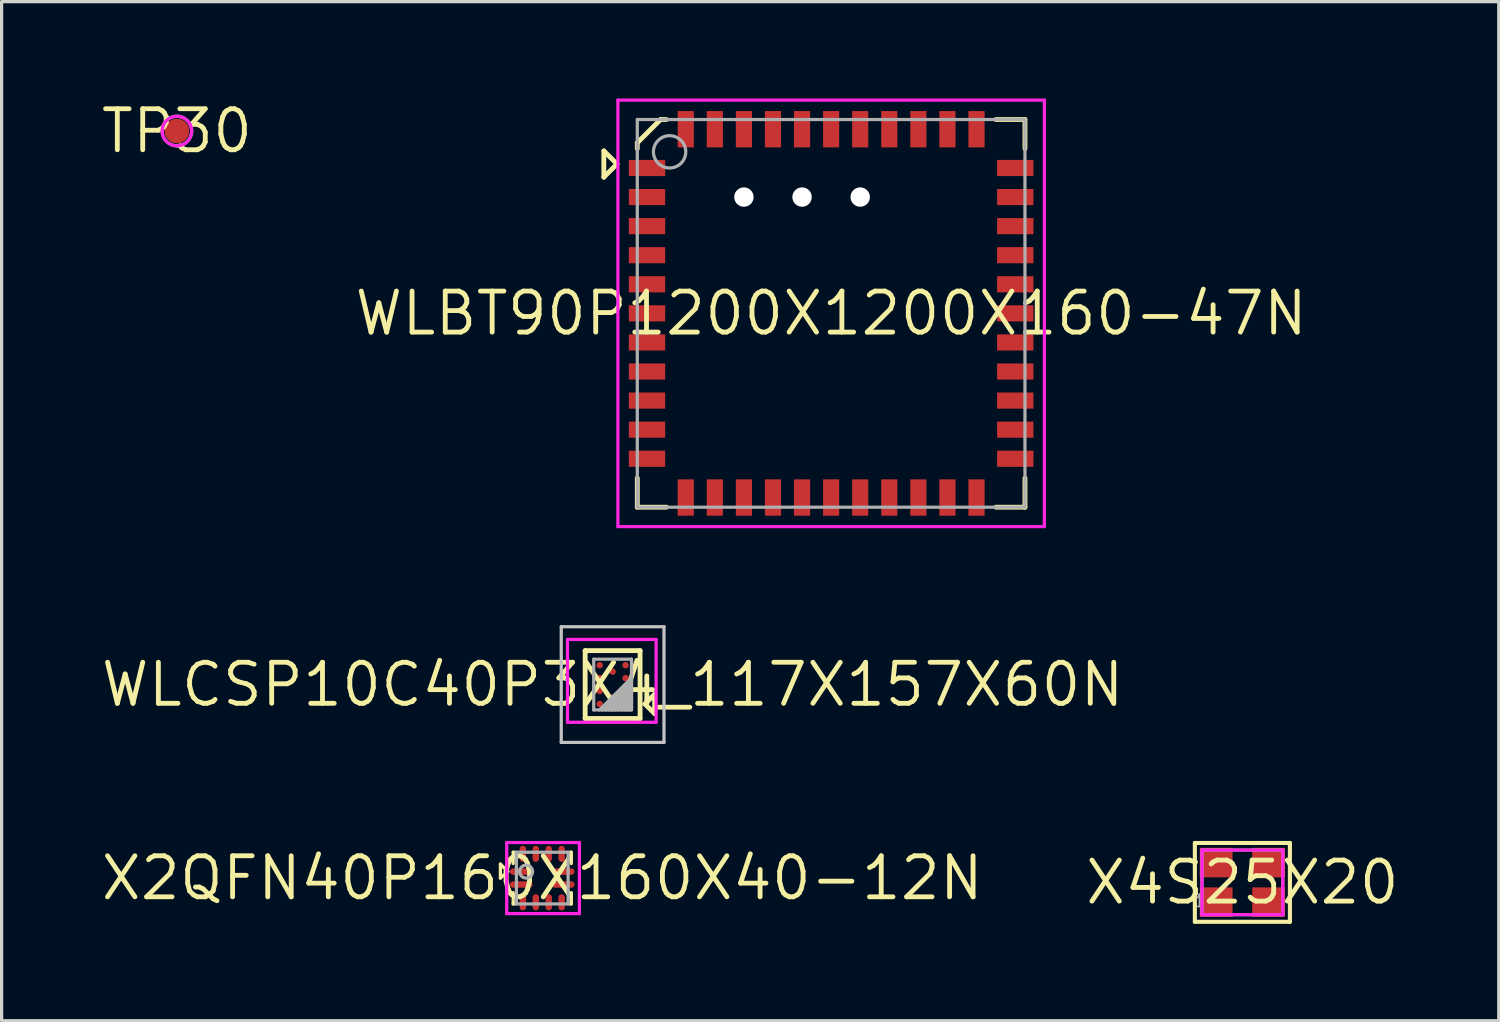
<source format=kicad_pcb>
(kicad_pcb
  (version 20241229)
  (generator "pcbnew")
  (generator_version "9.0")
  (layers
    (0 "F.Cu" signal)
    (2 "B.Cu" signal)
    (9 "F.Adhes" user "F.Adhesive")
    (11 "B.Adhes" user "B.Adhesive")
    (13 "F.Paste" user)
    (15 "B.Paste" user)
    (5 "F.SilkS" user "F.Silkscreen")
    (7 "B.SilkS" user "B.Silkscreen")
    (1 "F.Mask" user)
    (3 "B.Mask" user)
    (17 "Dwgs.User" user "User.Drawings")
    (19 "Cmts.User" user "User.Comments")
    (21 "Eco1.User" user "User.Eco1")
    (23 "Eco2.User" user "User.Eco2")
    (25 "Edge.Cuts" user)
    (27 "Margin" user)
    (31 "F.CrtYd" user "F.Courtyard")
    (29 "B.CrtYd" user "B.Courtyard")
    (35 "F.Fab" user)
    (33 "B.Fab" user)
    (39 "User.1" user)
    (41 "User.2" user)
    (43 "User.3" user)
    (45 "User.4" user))
  (footprint "X2QFN40P160X160X40-12N"
    (layer "F.Cu")
    (at 13.735 24.13)
    (property "Reference" "X2QFN40P160X160X40-12N" (at 0 0 0) (layer "F.SilkS") (effects (font (size 1.27 1.27) (thickness 0.15))))
    (fp_line (start -1.295 -0.432) (end -1.295 0) (stroke (width 0.102) (type solid)) (layer "F.SilkS"))
    (fp_line (start -1.295 0) (end -1.067 -0.203) (stroke (width 0.102) (type solid)) (layer "F.SilkS"))
    (fp_line (start -1.067 -0.203) (end -1.295 -0.432) (stroke (width 0.102) (type solid)) (layer "F.SilkS"))
    (fp_line (start -0.9 -0.8) (end -0.9 -0.45) (stroke (width 0.1) (type solid)) (layer "F.SilkS"))
    (fp_line (start -0.9 0.8) (end -0.9 0.45) (stroke (width 0.1) (type solid)) (layer "F.SilkS"))
    (fp_line (start -0.85 -0.8) (end -0.9 -0.8) (stroke (width 0.1) (type solid)) (layer "F.SilkS"))
    (fp_line (start -0.85 0.8) (end -0.9 0.8) (stroke (width 0.1) (type solid)) (layer "F.SilkS"))
    (fp_line (start 0.85 -0.8) (end 0.9 -0.8) (stroke (width 0.1) (type solid)) (layer "F.SilkS"))
    (fp_line (start 0.85 0.8) (end 0.9 0.8) (stroke (width 0.1) (type solid)) (layer "F.SilkS"))
    (fp_line (start 0.9 -0.8) (end 0.9 -0.45) (stroke (width 0.1) (type solid)) (layer "F.SilkS"))
    (fp_line (start 0.9 0.8) (end 0.9 0.45) (stroke (width 0.1) (type solid)) (layer "F.SilkS"))
    (fp_line (start -1.1 -1.1) (end -1.1 1.1) (stroke (width 0.1) (type solid)) (layer "F.CrtYd"))
    (fp_line (start -1.1 1.1) (end 1.15 1.1) (stroke (width 0.1) (type solid)) (layer "F.CrtYd"))
    (fp_line (start 1.15 -1.1) (end -1.1 -1.1) (stroke (width 0.1) (type solid)) (layer "F.CrtYd"))
    (fp_line (start 1.15 1.1) (end 1.15 -1.1) (stroke (width 0.1) (type solid)) (layer "F.CrtYd"))
    (fp_line (start -0.8 -0.8) (end -0.8 0.8) (stroke (width 0.1) (type solid)) (layer "F.Fab"))
    (fp_line (start -0.8 0.8) (end 0.8 0.8) (stroke (width 0.1) (type solid)) (layer "F.Fab"))
    (fp_line (start 0.8 -0.8) (end -0.8 -0.8) (stroke (width 0.1) (type solid)) (layer "F.Fab"))
    (fp_line (start 0.8 0.8) (end 0.8 -0.8) (stroke (width 0.1) (type solid)) (layer "F.Fab"))
    (fp_arc (start -0.299999 -0.2) (mid -0.699975 -0.19999) (end -0.299999 -0.2) (stroke (width 0.1) (type solid)) (layer "F.Fab"))
    (pad "1" smd oval (at -0.65 -0.2 270) (size 0.2 0.7) (layers "F.Cu" "F.Mask" "F.Paste"))
    (pad "2" smd oval (at -0.65 0.2 270) (size 0.2 0.7) (layers "F.Cu" "F.Mask" "F.Paste"))
    (pad "3" smd oval (at -0.6 0.75) (size 0.2 0.5) (layers "F.Cu" "F.Mask" "F.Paste"))
    (pad "4" smd oval (at -0.2 0.75) (size 0.2 0.5) (layers "F.Cu" "F.Mask" "F.Paste"))
    (pad "5" smd oval (at 0.2 0.75) (size 0.2 0.5) (layers "F.Cu" "F.Mask" "F.Paste"))
    (pad "6" smd oval (at 0.6 0.75) (size 0.2 0.5) (layers "F.Cu" "F.Mask" "F.Paste"))
    (pad "7" smd oval (at 0.65 0.2 270) (size 0.2 0.7) (layers "F.Cu" "F.Mask" "F.Paste"))
    (pad "8" smd oval (at 0.65 -0.2 270) (size 0.2 0.7) (layers "F.Cu" "F.Mask" "F.Paste"))
    (pad "9" smd oval (at 0.6 -0.75) (size 0.2 0.5) (layers "F.Cu" "F.Mask" "F.Paste"))
    (pad "10" smd oval (at 0.2 -0.75) (size 0.2 0.5) (layers "F.Cu" "F.Mask" "F.Paste"))
    (pad "11" smd oval (at -0.2 -0.75) (size 0.2 0.5) (layers "F.Cu" "F.Mask" "F.Paste"))
    (pad "12" smd oval (at -0.6 -0.75) (size 0.2 0.5) (layers "F.Cu" "F.Mask" "F.Paste")))
  (footprint "TP30"
    (layer "F.Cu")
    (at 2.426 1.006)
    (property "Reference" "TP30" (at 0 0 180) (layer "F.SilkS") (effects (font (size 1.27 1.27) (thickness 0.15))))
    (fp_arc (start 0 -0.457302) (mid -0.000062 0.457138) (end 0 -0.457302) (stroke (width 0.1) (type solid)) (layer "F.CrtYd"))
    (fp_line (start 0 0.457) (end 0.025 0.457) (stroke (width 0.1) (type solid)) (layer "F.Fab"))
    (fp_arc (start 0 0.4572) (mid -0.000062 -0.457364) (end 0 0.4572) (stroke (width 0.1) (type solid)) (layer "F.Fab"))
    (pad "1" smd circle (at 0 0 180) (size 0.762 0.762) (layers "F.Cu" "F.Mask" "F.Paste")))
  (footprint "X4S25X20"
    (layer "F.Cu")
    (at 35.407 24.263)
    (property "Reference" "X4S25X20" (at 0 0 0) (layer "F.SilkS") (effects (font (size 1.27 1.27) (thickness 0.15))))
    (fp_line (start -1.471 -1.22) (end -1.471 1.22) (stroke (width 0.127) (type solid)) (layer "F.SilkS"))
    (fp_line (start -1.471 1.22) (end 1.471 1.22) (stroke (width 0.127) (type solid)) (layer "F.SilkS"))
    (fp_line (start 1.471 -1.22) (end -1.471 -1.22) (stroke (width 0.127) (type solid)) (layer "F.SilkS"))
    (fp_line (start 1.471 1.22) (end 1.471 -1.22) (stroke (width 0.127) (type solid)) (layer "F.SilkS"))
    (fp_line (start -1.25 -1) (end -1.25 1) (stroke (width 0.1) (type solid)) (layer "F.CrtYd"))
    (fp_line (start -1.25 1) (end 1.25 1) (stroke (width 0.1) (type solid)) (layer "F.CrtYd"))
    (fp_line (start 1.25 -1) (end -1.25 -1) (stroke (width 0.1) (type solid)) (layer "F.CrtYd"))
    (fp_line (start 1.25 1) (end 1.25 -1) (stroke (width 0.1) (type solid)) (layer "F.CrtYd"))
    (fp_line (start -1.25 -1) (end -1.25 1) (stroke (width 0.1) (type solid)) (layer "F.Fab"))
    (fp_line (start -1.25 1) (end 1.25 1) (stroke (width 0.1) (type solid)) (layer "F.Fab"))
    (fp_line (start 1.25 -1) (end -1.25 -1) (stroke (width 0.1) (type solid)) (layer "F.Fab"))
    (fp_line (start 1.25 1) (end 1.25 -1) (stroke (width 0.1) (type solid)) (layer "F.Fab"))
    (fp_text user "1" (at -1.46 0.572 0) (layer "F.Fab") (effects (font (size 0.381 0.203) (thickness 0.051)) (justify left)))
    (pad "1" smd rect (at -0.812 0.612 270) (size 0.914 1.016) (layers "F.Cu" "F.Mask" "F.Paste"))
    (pad "2" smd rect (at 0.812 0.612 90) (size 0.914 1.016) (layers "F.Cu" "F.Mask" "F.Paste"))
    (pad "3" smd rect (at 0.812 -0.612 90) (size 0.914 1.016) (layers "F.Cu" "F.Mask" "F.Paste"))
    (pad "4" smd rect (at -0.812 -0.612 270) (size 0.914 1.016) (layers "F.Cu" "F.Mask" "F.Paste")))
  (footprint "WLCSP10C40P3X4_117X157X60N"
    (layer "F.Cu")
    (at 15.913 18.14)
    (property "Reference" "WLCSP10C40P3X4_117X157X60N" (at 0 0 180) (layer "F.SilkS") (effects (font (size 1.27 1.27) (thickness 0.15))))
    (fp_line (start -0.85 -1.05) (end 0.85 -1.05) (stroke (width 0.15) (type solid)) (layer "F.SilkS"))
    (fp_line (start -0.85 1.05) (end -0.85 -1.05) (stroke (width 0.15) (type solid)) (layer "F.SilkS"))
    (fp_line (start 0.85 -1.05) (end 0.85 1.05) (stroke (width 0.15) (type solid)) (layer "F.SilkS"))
    (fp_line (start 0.85 1.05) (end -0.85 1.05) (stroke (width 0.15) (type solid)) (layer "F.SilkS"))
    (fp_line (start 1 0.6) (end 1.3 0.9) (stroke (width 0.15) (type solid)) (layer "F.SilkS"))
    (fp_line (start 1.3 0.3) (end 1 0.6) (stroke (width 0.15) (type solid)) (layer "F.SilkS"))
    (fp_line (start 1.3 0.9) (end 1.3 0.3) (stroke (width 0.15) (type solid)) (layer "F.SilkS"))
    (fp_line (start -1.59 -1.79) (end 1.59 -1.79) (stroke (width 0.1) (type solid)) (layer "Dwgs.User"))
    (fp_line (start -1.59 1.79) (end -1.59 -1.79) (stroke (width 0.1) (type solid)) (layer "Dwgs.User"))
    (fp_line (start -0.585 -0.785) (end 0.585 -0.785) (stroke (width 0.001) (type solid)) (layer "Dwgs.User"))
    (fp_line (start -0.585 0.785) (end -0.585 -0.785) (stroke (width 0.001) (type solid)) (layer "Dwgs.User"))
    (fp_line (start 0.585 -0.785) (end 0.585 0.785) (stroke (width 0.001) (type solid)) (layer "Dwgs.User"))
    (fp_line (start 0.585 0.785) (end -0.585 0.785) (stroke (width 0.001) (type solid)) (layer "Dwgs.User"))
    (fp_line (start 1.59 -1.79) (end 1.59 1.79) (stroke (width 0.1) (type solid)) (layer "Dwgs.User"))
    (fp_line (start 1.59 1.79) (end -1.59 1.79) (stroke (width 0.1) (type solid)) (layer "Dwgs.User"))
    (fp_line (start -1.397 -1.397) (end 1.346 -1.397) (stroke (width 0.1) (type solid)) (layer "F.CrtYd"))
    (fp_line (start -1.397 1.168) (end -1.397 -1.397) (stroke (width 0.1) (type solid)) (layer "F.CrtYd"))
    (fp_line (start 1.346 -1.397) (end 1.346 1.168) (stroke (width 0.1) (type solid)) (layer "F.CrtYd"))
    (fp_line (start 1.346 1.168) (end -1.397 1.168) (stroke (width 0.1) (type solid)) (layer "F.CrtYd"))
    (fp_line (start -0.585 -0.785) (end 0.585 -0.785) (stroke (width 0.1) (type solid)) (layer "F.Fab"))
    (fp_line (start -0.585 0.785) (end -0.585 -0.785) (stroke (width 0.1) (type solid)) (layer "F.Fab"))
    (fp_line (start -0.41 0.79) (end 0.59 -0.21) (stroke (width 0.1) (type solid)) (layer "F.Fab"))
    (fp_line (start -0.31 0.79) (end 0.59 -0.11) (stroke (width 0.1) (type solid)) (layer "F.Fab"))
    (fp_line (start -0.21 0.79) (end 0.59 -0.01) (stroke (width 0.1) (type solid)) (layer "F.Fab"))
    (fp_line (start -0.11 0.79) (end 0.59 0.09) (stroke (width 0.1) (type solid)) (layer "F.Fab"))
    (fp_line (start -0.01 0.79) (end 0.59 0.19) (stroke (width 0.1) (type solid)) (layer "F.Fab"))
    (fp_line (start 0.09 0.79) (end 0.59 0.29) (stroke (width 0.1) (type solid)) (layer "F.Fab"))
    (fp_line (start 0.19 0.79) (end 0.59 0.39) (stroke (width 0.1) (type solid)) (layer "F.Fab"))
    (fp_line (start 0.29 0.79) (end 0.59 0.49) (stroke (width 0.1) (type solid)) (layer "F.Fab"))
    (fp_line (start 0.39 0.79) (end 0.59 0.59) (stroke (width 0.1) (type solid)) (layer "F.Fab"))
    (fp_line (start 0.49 0.79) (end 0.59 0.69) (stroke (width 0.1) (type solid)) (layer "F.Fab"))
    (fp_line (start 0.585 -0.785) (end 0.585 0.785) (stroke (width 0.1) (type solid)) (layer "F.Fab"))
    (fp_line (start 0.585 0.785) (end -0.585 0.785) (stroke (width 0.1) (type solid)) (layer "F.Fab"))
    (pad "A1" smd circle (at 0.4 0.6 180) (size 0.2 0.2) (layers "F.Cu" "F.Mask" "F.Paste"))
    (pad "A2" smd circle (at 0.4 0.2 180) (size 0.2 0.2) (layers "F.Cu" "F.Mask" "F.Paste"))
    (pad "A3" smd circle (at 0.4 -0.2 180) (size 0.2 0.2) (layers "F.Cu" "F.Mask" "F.Paste"))
    (pad "A4" smd circle (at 0.4 -0.6 180) (size 0.2 0.2) (layers "F.Cu" "F.Mask" "F.Paste"))
    (pad "B1" smd circle (at 0 0.4 180) (size 0.2 0.2) (layers "F.Cu" "F.Mask" "F.Paste"))
    (pad "B2" smd circle (at 0 -0.4 180) (size 0.2 0.2) (layers "F.Cu" "F.Mask" "F.Paste"))
    (pad "C1" smd circle (at -0.4 0.6 180) (size 0.2 0.2) (layers "F.Cu" "F.Mask" "F.Paste"))
    (pad "C2" smd circle (at -0.4 0.2 180) (size 0.2 0.2) (layers "F.Cu" "F.Mask" "F.Paste"))
    (pad "C3" smd circle (at -0.4 -0.2 180) (size 0.2 0.2) (layers "F.Cu" "F.Mask" "F.Paste"))
    (pad "C4" smd circle (at -0.4 -0.6 180) (size 0.2 0.2) (layers "F.Cu" "F.Mask" "F.Paste")))
  (footprint "WLBT90P1200X1200X160-47N"
    (layer "F.Cu")
    (at 22.677 6.65)
    (property "Reference" "WLBT90P1200X1200X160-47N" (at 0 0 0) (layer "F.SilkS") (effects (font (size 1.27 1.27) (thickness 0.15))))
    (fp_line (start -7.036 -5.029) (end -7.036 -4.216) (stroke (width 0.15) (type solid)) (layer "F.SilkS"))
    (fp_line (start -7.036 -4.216) (end -6.629 -4.623) (stroke (width 0.15) (type solid)) (layer "F.SilkS"))
    (fp_line (start -6.629 -4.623) (end -7.036 -5.029) (stroke (width 0.15) (type solid)) (layer "F.SilkS"))
    (fp_line (start -6 -5.28) (end -5.28 -6) (stroke (width 0.15) (type solid)) (layer "F.SilkS"))
    (fp_line (start -6 -5.1) (end -6 -5.28) (stroke (width 0.15) (type solid)) (layer "F.SilkS"))
    (fp_line (start -6 5.1) (end -6 6) (stroke (width 0.15) (type solid)) (layer "F.SilkS"))
    (fp_line (start -6 6) (end -5.1 6) (stroke (width 0.15) (type solid)) (layer "F.SilkS"))
    (fp_line (start -5.28 -6) (end -5.1 -6) (stroke (width 0.15) (type solid)) (layer "F.SilkS"))
    (fp_line (start 6 -6) (end 5.1 -6) (stroke (width 0.15) (type solid)) (layer "F.SilkS"))
    (fp_line (start 6 -5.1) (end 6 -6) (stroke (width 0.15) (type solid)) (layer "F.SilkS"))
    (fp_line (start 6 5.1) (end 6 6) (stroke (width 0.15) (type solid)) (layer "F.SilkS"))
    (fp_line (start 6 6) (end 5.1 6) (stroke (width 0.15) (type solid)) (layer "F.SilkS"))
    (fp_line (start -6.6 -6.6) (end 6.6 -6.6) (stroke (width 0.1) (type solid)) (layer "F.CrtYd"))
    (fp_line (start -6.6 6.6) (end -6.6 -6.6) (stroke (width 0.1) (type solid)) (layer "F.CrtYd"))
    (fp_line (start 6.6 -6.6) (end 6.6 6.6) (stroke (width 0.1) (type solid)) (layer "F.CrtYd"))
    (fp_line (start 6.6 6.6) (end -6.6 6.6) (stroke (width 0.1) (type solid)) (layer "F.CrtYd"))
    (fp_line (start -6 -6) (end 6 -6) (stroke (width 0.1) (type solid)) (layer "F.Fab"))
    (fp_line (start -6 6) (end -6 -6) (stroke (width 0.1) (type solid)) (layer "F.Fab"))
    (fp_line (start 6 -6) (end 6 6) (stroke (width 0.1) (type solid)) (layer "F.Fab"))
    (fp_line (start 6 6) (end -6 6) (stroke (width 0.1) (type solid)) (layer "F.Fab"))
    (fp_arc (start -4.499991 -4.99999) (mid -5.499983 -5) (end -4.499991 -4.99999) (stroke (width 0.1) (type solid)) (layer "F.Fab"))
    (pad "" np_thru_hole circle (at -2.7 -3.6) (size 0.6 0.6) (drill 0.6) (layers "*.Cu" "*.Mask"))
    (pad "" np_thru_hole circle (at -0.9 -3.6) (size 0.6 0.6) (drill 0.6) (layers "*.Cu" "*.Mask"))
    (pad "" np_thru_hole circle (at 0.9 -3.6) (size 0.6 0.6) (drill 0.6) (layers "*.Cu" "*.Mask"))
    (pad "1" smd rect (at -5.7 -4.5) (size 1.125 0.5) (layers "F.Cu" "F.Mask" "F.Paste"))
    (pad "2" smd rect (at -5.7 -3.6) (size 1.125 0.5) (layers "F.Cu" "F.Mask" "F.Paste"))
    (pad "3" smd rect (at -5.7 -2.7) (size 1.125 0.5) (layers "F.Cu" "F.Mask" "F.Paste"))
    (pad "4" smd rect (at -5.7 -1.8) (size 1.125 0.5) (layers "F.Cu" "F.Mask" "F.Paste"))
    (pad "5" smd rect (at -5.7 -0.9) (size 1.125 0.5) (layers "F.Cu" "F.Mask" "F.Paste"))
    (pad "6" smd rect (at -5.7 0) (size 1.125 0.5) (layers "F.Cu" "F.Mask" "F.Paste"))
    (pad "7" smd rect (at -5.7 0.9) (size 1.125 0.5) (layers "F.Cu" "F.Mask" "F.Paste"))
    (pad "8" smd rect (at -5.7 1.8) (size 1.125 0.5) (layers "F.Cu" "F.Mask" "F.Paste"))
    (pad "9" smd rect (at -5.7 2.7) (size 1.125 0.5) (layers "F.Cu" "F.Mask" "F.Paste"))
    (pad "10" smd rect (at -5.7 3.6) (size 1.125 0.5) (layers "F.Cu" "F.Mask" "F.Paste"))
    (pad "11" smd rect (at -5.7 4.5) (size 1.125 0.5) (layers "F.Cu" "F.Mask" "F.Paste"))
    (pad "12" smd rect (at -4.5 5.7 270) (size 1.125 0.5) (layers "F.Cu" "F.Mask" "F.Paste"))
    (pad "13" smd rect (at -3.6 5.7 270) (size 1.125 0.5) (layers "F.Cu" "F.Mask" "F.Paste"))
    (pad "14" smd rect (at -2.7 5.7 270) (size 1.125 0.5) (layers "F.Cu" "F.Mask" "F.Paste"))
    (pad "15" smd rect (at -1.8 5.7 270) (size 1.125 0.5) (layers "F.Cu" "F.Mask" "F.Paste"))
    (pad "16" smd rect (at -0.9 5.7 270) (size 1.125 0.5) (layers "F.Cu" "F.Mask" "F.Paste"))
    (pad "17" smd rect (at 0 5.7 270) (size 1.125 0.5) (layers "F.Cu" "F.Mask" "F.Paste"))
    (pad "18" smd rect (at 0.9 5.7 270) (size 1.125 0.5) (layers "F.Cu" "F.Mask" "F.Paste"))
    (pad "19" smd rect (at 1.8 5.7 270) (size 1.125 0.5) (layers "F.Cu" "F.Mask" "F.Paste"))
    (pad "20" smd rect (at 2.7 5.7 270) (size 1.125 0.5) (layers "F.Cu" "F.Mask" "F.Paste"))
    (pad "21" smd rect (at 3.6 5.7 270) (size 1.125 0.5) (layers "F.Cu" "F.Mask" "F.Paste"))
    (pad "22" smd rect (at 4.5 5.7 270) (size 1.125 0.5) (layers "F.Cu" "F.Mask" "F.Paste"))
    (pad "23" smd rect (at 5.7 4.5) (size 1.125 0.5) (layers "F.Cu" "F.Mask" "F.Paste"))
    (pad "24" smd rect (at 5.7 3.6) (size 1.125 0.5) (layers "F.Cu" "F.Mask" "F.Paste"))
    (pad "25" smd rect (at 5.7 2.7) (size 1.125 0.5) (layers "F.Cu" "F.Mask" "F.Paste"))
    (pad "26" smd rect (at 5.7 1.8) (size 1.125 0.5) (layers "F.Cu" "F.Mask" "F.Paste"))
    (pad "27" smd rect (at 5.7 0.9) (size 1.125 0.5) (layers "F.Cu" "F.Mask" "F.Paste"))
    (pad "28" smd rect (at 5.7 0) (size 1.125 0.5) (layers "F.Cu" "F.Mask" "F.Paste"))
    (pad "29" smd rect (at 5.7 -0.9) (size 1.125 0.5) (layers "F.Cu" "F.Mask" "F.Paste"))
    (pad "30" smd rect (at 5.7 -1.8) (size 1.125 0.5) (layers "F.Cu" "F.Mask" "F.Paste"))
    (pad "31" smd rect (at 5.7 -2.7) (size 1.125 0.5) (layers "F.Cu" "F.Mask" "F.Paste"))
    (pad "32" smd rect (at 5.7 -3.6) (size 1.125 0.5) (layers "F.Cu" "F.Mask" "F.Paste"))
    (pad "33" smd rect (at 5.7 -4.5) (size 1.125 0.5) (layers "F.Cu" "F.Mask" "F.Paste"))
    (pad "34" smd rect (at 4.5 -5.7 270) (size 1.125 0.5) (layers "F.Cu" "F.Mask" "F.Paste"))
    (pad "35" smd rect (at 3.6 -5.7 270) (size 1.125 0.5) (layers "F.Cu" "F.Mask" "F.Paste"))
    (pad "36" smd rect (at 2.7 -5.7 270) (size 1.125 0.5) (layers "F.Cu" "F.Mask" "F.Paste"))
    (pad "37" smd rect (at 1.8 -5.7 270) (size 1.125 0.5) (layers "F.Cu" "F.Mask" "F.Paste"))
    (pad "38" smd rect (at 0.9 -5.7 270) (size 1.125 0.5) (layers "F.Cu" "F.Mask" "F.Paste"))
    (pad "39" smd rect (at 0 -5.7 270) (size 1.125 0.5) (layers "F.Cu" "F.Mask" "F.Paste"))
    (pad "40" smd rect (at -0.9 -5.7 270) (size 1.125 0.5) (layers "F.Cu" "F.Mask" "F.Paste"))
    (pad "41" smd rect (at -1.8 -5.7 270) (size 1.125 0.5) (layers "F.Cu" "F.Mask" "F.Paste"))
    (pad "42" smd rect (at -2.7 -5.7 270) (size 1.125 0.5) (layers "F.Cu" "F.Mask" "F.Paste"))
    (pad "43" smd rect (at -3.6 -5.7 270) (size 1.125 0.5) (layers "F.Cu" "F.Mask" "F.Paste"))
    (pad "44" smd rect (at -4.5 -5.7 270) (size 1.125 0.5) (layers "F.Cu" "F.Mask" "F.Paste")))
  (gr_rect
    (start -3 -3)
    (end 43.343 28.546)
    (stroke (width 0.1) (type default))
    (fill no)
    (layer "Edge.Cuts")))
</source>
